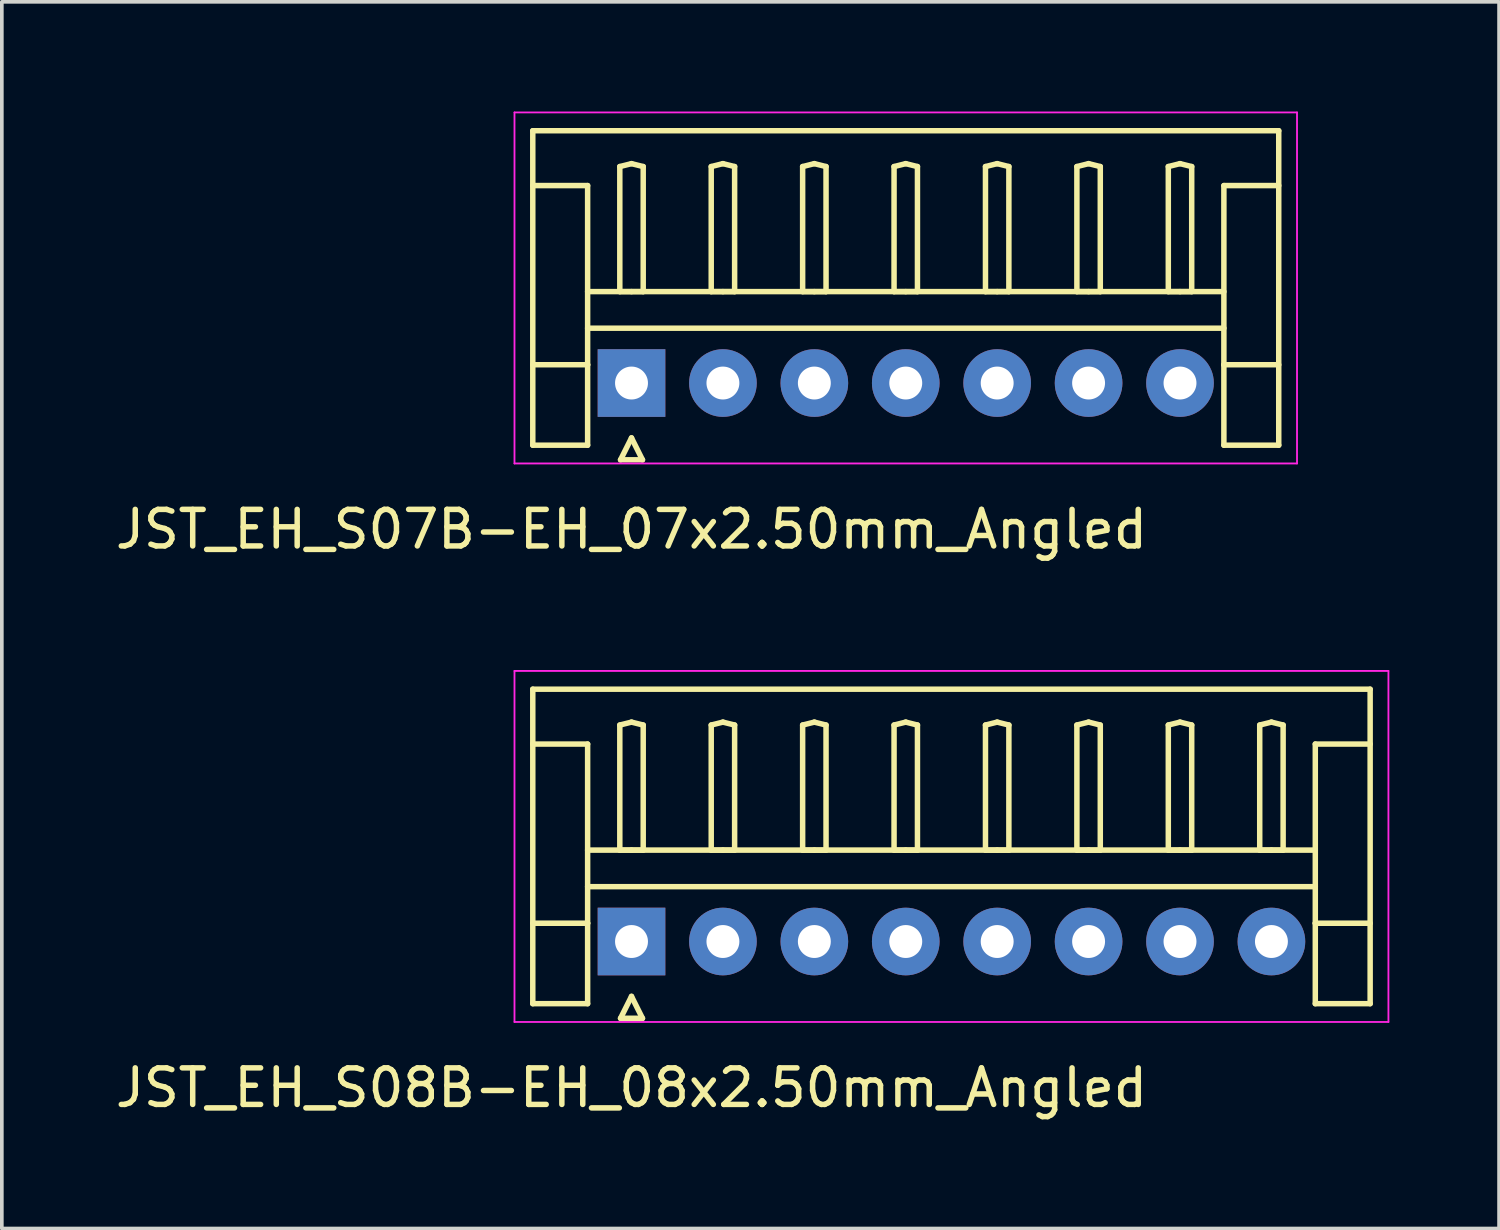
<source format=kicad_pcb>
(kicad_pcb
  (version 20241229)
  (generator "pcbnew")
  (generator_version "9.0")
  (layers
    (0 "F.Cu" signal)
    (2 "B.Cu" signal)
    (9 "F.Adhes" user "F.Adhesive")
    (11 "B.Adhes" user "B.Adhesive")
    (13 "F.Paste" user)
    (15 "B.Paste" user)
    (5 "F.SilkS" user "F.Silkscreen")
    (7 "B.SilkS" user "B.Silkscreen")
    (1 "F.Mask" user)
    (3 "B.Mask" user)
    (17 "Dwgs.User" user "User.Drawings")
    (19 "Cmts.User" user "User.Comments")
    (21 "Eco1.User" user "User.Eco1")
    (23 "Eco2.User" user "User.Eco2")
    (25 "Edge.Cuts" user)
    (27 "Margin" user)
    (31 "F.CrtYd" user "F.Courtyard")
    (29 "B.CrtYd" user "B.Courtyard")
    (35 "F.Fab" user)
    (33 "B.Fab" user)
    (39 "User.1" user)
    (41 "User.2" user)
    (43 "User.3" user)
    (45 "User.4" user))
  (footprint "JST_EH_S08B-EH_08x2.50mm_Angled"
    (layer "F.Cu")
    (at 14.22 22.698)
    (property "Reference" "JST_EH_S08B-EH_08x2.50mm_Angled" (at 0 4 0) (layer "F.SilkS") (effects (font (size 1 1) (thickness 0.15))))
    (attr through_hole)
    (fp_line (start -2.7 -6.9) (end 20.2 -6.9) (stroke (width 0.15) (type solid)) (layer "F.SilkS"))
    (fp_line (start -2.7 -5.4) (end -1.2 -5.4) (stroke (width 0.15) (type solid)) (layer "F.SilkS"))
    (fp_line (start -2.7 1.7) (end -2.7 -6.9) (stroke (width 0.15) (type solid)) (layer "F.SilkS"))
    (fp_line (start -1.2 -5.4) (end -1.2 -0.5) (stroke (width 0.15) (type solid)) (layer "F.SilkS"))
    (fp_line (start -1.2 -2.5) (end 18.7 -2.5) (stroke (width 0.15) (type solid)) (layer "F.SilkS"))
    (fp_line (start -1.2 -1.5) (end 18.7 -1.5) (stroke (width 0.15) (type solid)) (layer "F.SilkS"))
    (fp_line (start -1.2 -0.5) (end -2.7 -0.5) (stroke (width 0.15) (type solid)) (layer "F.SilkS"))
    (fp_line (start -1.2 -0.5) (end -1.2 1.7) (stroke (width 0.15) (type solid)) (layer "F.SilkS"))
    (fp_line (start -1.2 1.7) (end -2.7 1.7) (stroke (width 0.15) (type solid)) (layer "F.SilkS"))
    (fp_line (start -0.32 -5.92) (end 0 -6) (stroke (width 0.15) (type solid)) (layer "F.SilkS"))
    (fp_line (start -0.32 -2.5) (end -0.32 -5.92) (stroke (width 0.15) (type solid)) (layer "F.SilkS"))
    (fp_line (start -0.3 2.1) (end 0.3 2.1) (stroke (width 0.15) (type solid)) (layer "F.SilkS"))
    (fp_line (start 0 -6) (end 0.32 -5.92) (stroke (width 0.15) (type solid)) (layer "F.SilkS"))
    (fp_line (start 0 -2.5) (end -0.32 -2.5) (stroke (width 0.15) (type solid)) (layer "F.SilkS"))
    (fp_line (start 0 1.5) (end -0.3 2.1) (stroke (width 0.15) (type solid)) (layer "F.SilkS"))
    (fp_line (start 0.3 2.1) (end 0 1.5) (stroke (width 0.15) (type solid)) (layer "F.SilkS"))
    (fp_line (start 0.32 -5.92) (end 0.32 -2.5) (stroke (width 0.15) (type solid)) (layer "F.SilkS"))
    (fp_line (start 0.32 -2.5) (end 0 -2.5) (stroke (width 0.15) (type solid)) (layer "F.SilkS"))
    (fp_line (start 2.18 -5.92) (end 2.5 -6) (stroke (width 0.15) (type solid)) (layer "F.SilkS"))
    (fp_line (start 2.18 -2.5) (end 2.18 -5.92) (stroke (width 0.15) (type solid)) (layer "F.SilkS"))
    (fp_line (start 2.5 -6) (end 2.82 -5.92) (stroke (width 0.15) (type solid)) (layer "F.SilkS"))
    (fp_line (start 2.5 -2.5) (end 2.18 -2.5) (stroke (width 0.15) (type solid)) (layer "F.SilkS"))
    (fp_line (start 2.82 -5.92) (end 2.82 -2.5) (stroke (width 0.15) (type solid)) (layer "F.SilkS"))
    (fp_line (start 2.82 -2.5) (end 2.5 -2.5) (stroke (width 0.15) (type solid)) (layer "F.SilkS"))
    (fp_line (start 4.68 -5.92) (end 5 -6) (stroke (width 0.15) (type solid)) (layer "F.SilkS"))
    (fp_line (start 4.68 -2.5) (end 4.68 -5.92) (stroke (width 0.15) (type solid)) (layer "F.SilkS"))
    (fp_line (start 5 -6) (end 5.32 -5.92) (stroke (width 0.15) (type solid)) (layer "F.SilkS"))
    (fp_line (start 5 -2.5) (end 4.68 -2.5) (stroke (width 0.15) (type solid)) (layer "F.SilkS"))
    (fp_line (start 5.32 -5.92) (end 5.32 -2.5) (stroke (width 0.15) (type solid)) (layer "F.SilkS"))
    (fp_line (start 5.32 -2.5) (end 5 -2.5) (stroke (width 0.15) (type solid)) (layer "F.SilkS"))
    (fp_line (start 7.18 -5.92) (end 7.5 -6) (stroke (width 0.15) (type solid)) (layer "F.SilkS"))
    (fp_line (start 7.18 -2.5) (end 7.18 -5.92) (stroke (width 0.15) (type solid)) (layer "F.SilkS"))
    (fp_line (start 7.5 -6) (end 7.82 -5.92) (stroke (width 0.15) (type solid)) (layer "F.SilkS"))
    (fp_line (start 7.5 -2.5) (end 7.18 -2.5) (stroke (width 0.15) (type solid)) (layer "F.SilkS"))
    (fp_line (start 7.82 -5.92) (end 7.82 -2.5) (stroke (width 0.15) (type solid)) (layer "F.SilkS"))
    (fp_line (start 7.82 -2.5) (end 7.5 -2.5) (stroke (width 0.15) (type solid)) (layer "F.SilkS"))
    (fp_line (start 9.68 -5.92) (end 10 -6) (stroke (width 0.15) (type solid)) (layer "F.SilkS"))
    (fp_line (start 9.68 -2.5) (end 9.68 -5.92) (stroke (width 0.15) (type solid)) (layer "F.SilkS"))
    (fp_line (start 10 -6) (end 10.32 -5.92) (stroke (width 0.15) (type solid)) (layer "F.SilkS"))
    (fp_line (start 10 -2.5) (end 9.68 -2.5) (stroke (width 0.15) (type solid)) (layer "F.SilkS"))
    (fp_line (start 10.32 -5.92) (end 10.32 -2.5) (stroke (width 0.15) (type solid)) (layer "F.SilkS"))
    (fp_line (start 10.32 -2.5) (end 10 -2.5) (stroke (width 0.15) (type solid)) (layer "F.SilkS"))
    (fp_line (start 12.18 -5.92) (end 12.5 -6) (stroke (width 0.15) (type solid)) (layer "F.SilkS"))
    (fp_line (start 12.18 -2.5) (end 12.18 -5.92) (stroke (width 0.15) (type solid)) (layer "F.SilkS"))
    (fp_line (start 12.5 -6) (end 12.82 -5.92) (stroke (width 0.15) (type solid)) (layer "F.SilkS"))
    (fp_line (start 12.5 -2.5) (end 12.18 -2.5) (stroke (width 0.15) (type solid)) (layer "F.SilkS"))
    (fp_line (start 12.82 -5.92) (end 12.82 -2.5) (stroke (width 0.15) (type solid)) (layer "F.SilkS"))
    (fp_line (start 12.82 -2.5) (end 12.5 -2.5) (stroke (width 0.15) (type solid)) (layer "F.SilkS"))
    (fp_line (start 14.68 -5.92) (end 15 -6) (stroke (width 0.15) (type solid)) (layer "F.SilkS"))
    (fp_line (start 14.68 -2.5) (end 14.68 -5.92) (stroke (width 0.15) (type solid)) (layer "F.SilkS"))
    (fp_line (start 15 -6) (end 15.32 -5.92) (stroke (width 0.15) (type solid)) (layer "F.SilkS"))
    (fp_line (start 15 -2.5) (end 14.68 -2.5) (stroke (width 0.15) (type solid)) (layer "F.SilkS"))
    (fp_line (start 15.32 -5.92) (end 15.32 -2.5) (stroke (width 0.15) (type solid)) (layer "F.SilkS"))
    (fp_line (start 15.32 -2.5) (end 15 -2.5) (stroke (width 0.15) (type solid)) (layer "F.SilkS"))
    (fp_line (start 17.18 -5.92) (end 17.5 -6) (stroke (width 0.15) (type solid)) (layer "F.SilkS"))
    (fp_line (start 17.18 -2.5) (end 17.18 -5.92) (stroke (width 0.15) (type solid)) (layer "F.SilkS"))
    (fp_line (start 17.5 -6) (end 17.82 -5.92) (stroke (width 0.15) (type solid)) (layer "F.SilkS"))
    (fp_line (start 17.5 -2.5) (end 17.18 -2.5) (stroke (width 0.15) (type solid)) (layer "F.SilkS"))
    (fp_line (start 17.82 -5.92) (end 17.82 -2.5) (stroke (width 0.15) (type solid)) (layer "F.SilkS"))
    (fp_line (start 17.82 -2.5) (end 17.5 -2.5) (stroke (width 0.15) (type solid)) (layer "F.SilkS"))
    (fp_line (start 18.7 -5.4) (end 18.7 -0.5) (stroke (width 0.15) (type solid)) (layer "F.SilkS"))
    (fp_line (start 18.7 -0.5) (end 20.2 -0.5) (stroke (width 0.15) (type solid)) (layer "F.SilkS"))
    (fp_line (start 18.7 1.7) (end 18.7 -0.5) (stroke (width 0.15) (type solid)) (layer "F.SilkS"))
    (fp_line (start 20.2 -6.9) (end 20.2 1.7) (stroke (width 0.15) (type solid)) (layer "F.SilkS"))
    (fp_line (start 20.2 -5.4) (end 18.7 -5.4) (stroke (width 0.15) (type solid)) (layer "F.SilkS"))
    (fp_line (start 20.2 1.7) (end 18.7 1.7) (stroke (width 0.15) (type solid)) (layer "F.SilkS"))
    (fp_line (start -3.2 -7.4) (end -3.2 2.2) (stroke (width 0.05) (type solid)) (layer "F.CrtYd"))
    (fp_line (start -3.2 2.2) (end 20.7 2.2) (stroke (width 0.05) (type solid)) (layer "F.CrtYd"))
    (fp_line (start 20.7 -7.4) (end -3.2 -7.4) (stroke (width 0.05) (type solid)) (layer "F.CrtYd"))
    (fp_line (start 20.7 2.2) (end 20.7 -7.4) (stroke (width 0.05) (type solid)) (layer "F.CrtYd"))
    (pad "1" thru_hole rect (at 0 0) (size 1.85 1.85) (drill 0.9) (layers "*.Cu" "*.Mask"))
    (pad "2" thru_hole circle (at 2.5 0) (size 1.85 1.85) (drill 0.9) (layers "*.Cu" "*.Mask"))
    (pad "3" thru_hole circle (at 5 0) (size 1.85 1.85) (drill 0.9) (layers "*.Cu" "*.Mask"))
    (pad "4" thru_hole circle (at 7.5 0) (size 1.85 1.85) (drill 0.9) (layers "*.Cu" "*.Mask"))
    (pad "5" thru_hole circle (at 10 0) (size 1.85 1.85) (drill 0.9) (layers "*.Cu" "*.Mask"))
    (pad "6" thru_hole circle (at 12.5 0) (size 1.85 1.85) (drill 0.9) (layers "*.Cu" "*.Mask"))
    (pad "7" thru_hole circle (at 15 0) (size 1.85 1.85) (drill 0.9) (layers "*.Cu" "*.Mask"))
    (pad "8" thru_hole circle (at 17.5 0) (size 1.85 1.85) (drill 0.9) (layers "*.Cu" "*.Mask")))
  (footprint "JST_EH_S07B-EH_07x2.50mm_Angled"
    (layer "F.Cu")
    (at 14.22 7.425)
    (property "Reference" "JST_EH_S07B-EH_07x2.50mm_Angled" (at 0 4 0) (layer "F.SilkS") (effects (font (size 1 1) (thickness 0.15))))
    (attr through_hole)
    (fp_line (start -2.7 -6.9) (end 17.7 -6.9) (stroke (width 0.15) (type solid)) (layer "F.SilkS"))
    (fp_line (start -2.7 -5.4) (end -1.2 -5.4) (stroke (width 0.15) (type solid)) (layer "F.SilkS"))
    (fp_line (start -2.7 1.7) (end -2.7 -6.9) (stroke (width 0.15) (type solid)) (layer "F.SilkS"))
    (fp_line (start -1.2 -5.4) (end -1.2 -0.5) (stroke (width 0.15) (type solid)) (layer "F.SilkS"))
    (fp_line (start -1.2 -2.5) (end 16.2 -2.5) (stroke (width 0.15) (type solid)) (layer "F.SilkS"))
    (fp_line (start -1.2 -1.5) (end 16.2 -1.5) (stroke (width 0.15) (type solid)) (layer "F.SilkS"))
    (fp_line (start -1.2 -0.5) (end -2.7 -0.5) (stroke (width 0.15) (type solid)) (layer "F.SilkS"))
    (fp_line (start -1.2 -0.5) (end -1.2 1.7) (stroke (width 0.15) (type solid)) (layer "F.SilkS"))
    (fp_line (start -1.2 1.7) (end -2.7 1.7) (stroke (width 0.15) (type solid)) (layer "F.SilkS"))
    (fp_line (start -0.32 -5.92) (end 0 -6) (stroke (width 0.15) (type solid)) (layer "F.SilkS"))
    (fp_line (start -0.32 -2.5) (end -0.32 -5.92) (stroke (width 0.15) (type solid)) (layer "F.SilkS"))
    (fp_line (start -0.3 2.1) (end 0.3 2.1) (stroke (width 0.15) (type solid)) (layer "F.SilkS"))
    (fp_line (start 0 -6) (end 0.32 -5.92) (stroke (width 0.15) (type solid)) (layer "F.SilkS"))
    (fp_line (start 0 -2.5) (end -0.32 -2.5) (stroke (width 0.15) (type solid)) (layer "F.SilkS"))
    (fp_line (start 0 1.5) (end -0.3 2.1) (stroke (width 0.15) (type solid)) (layer "F.SilkS"))
    (fp_line (start 0.3 2.1) (end 0 1.5) (stroke (width 0.15) (type solid)) (layer "F.SilkS"))
    (fp_line (start 0.32 -5.92) (end 0.32 -2.5) (stroke (width 0.15) (type solid)) (layer "F.SilkS"))
    (fp_line (start 0.32 -2.5) (end 0 -2.5) (stroke (width 0.15) (type solid)) (layer "F.SilkS"))
    (fp_line (start 2.18 -5.92) (end 2.5 -6) (stroke (width 0.15) (type solid)) (layer "F.SilkS"))
    (fp_line (start 2.18 -2.5) (end 2.18 -5.92) (stroke (width 0.15) (type solid)) (layer "F.SilkS"))
    (fp_line (start 2.5 -6) (end 2.82 -5.92) (stroke (width 0.15) (type solid)) (layer "F.SilkS"))
    (fp_line (start 2.5 -2.5) (end 2.18 -2.5) (stroke (width 0.15) (type solid)) (layer "F.SilkS"))
    (fp_line (start 2.82 -5.92) (end 2.82 -2.5) (stroke (width 0.15) (type solid)) (layer "F.SilkS"))
    (fp_line (start 2.82 -2.5) (end 2.5 -2.5) (stroke (width 0.15) (type solid)) (layer "F.SilkS"))
    (fp_line (start 4.68 -5.92) (end 5 -6) (stroke (width 0.15) (type solid)) (layer "F.SilkS"))
    (fp_line (start 4.68 -2.5) (end 4.68 -5.92) (stroke (width 0.15) (type solid)) (layer "F.SilkS"))
    (fp_line (start 5 -6) (end 5.32 -5.92) (stroke (width 0.15) (type solid)) (layer "F.SilkS"))
    (fp_line (start 5 -2.5) (end 4.68 -2.5) (stroke (width 0.15) (type solid)) (layer "F.SilkS"))
    (fp_line (start 5.32 -5.92) (end 5.32 -2.5) (stroke (width 0.15) (type solid)) (layer "F.SilkS"))
    (fp_line (start 5.32 -2.5) (end 5 -2.5) (stroke (width 0.15) (type solid)) (layer "F.SilkS"))
    (fp_line (start 7.18 -5.92) (end 7.5 -6) (stroke (width 0.15) (type solid)) (layer "F.SilkS"))
    (fp_line (start 7.18 -2.5) (end 7.18 -5.92) (stroke (width 0.15) (type solid)) (layer "F.SilkS"))
    (fp_line (start 7.5 -6) (end 7.82 -5.92) (stroke (width 0.15) (type solid)) (layer "F.SilkS"))
    (fp_line (start 7.5 -2.5) (end 7.18 -2.5) (stroke (width 0.15) (type solid)) (layer "F.SilkS"))
    (fp_line (start 7.82 -5.92) (end 7.82 -2.5) (stroke (width 0.15) (type solid)) (layer "F.SilkS"))
    (fp_line (start 7.82 -2.5) (end 7.5 -2.5) (stroke (width 0.15) (type solid)) (layer "F.SilkS"))
    (fp_line (start 9.68 -5.92) (end 10 -6) (stroke (width 0.15) (type solid)) (layer "F.SilkS"))
    (fp_line (start 9.68 -2.5) (end 9.68 -5.92) (stroke (width 0.15) (type solid)) (layer "F.SilkS"))
    (fp_line (start 10 -6) (end 10.32 -5.92) (stroke (width 0.15) (type solid)) (layer "F.SilkS"))
    (fp_line (start 10 -2.5) (end 9.68 -2.5) (stroke (width 0.15) (type solid)) (layer "F.SilkS"))
    (fp_line (start 10.32 -5.92) (end 10.32 -2.5) (stroke (width 0.15) (type solid)) (layer "F.SilkS"))
    (fp_line (start 10.32 -2.5) (end 10 -2.5) (stroke (width 0.15) (type solid)) (layer "F.SilkS"))
    (fp_line (start 12.18 -5.92) (end 12.5 -6) (stroke (width 0.15) (type solid)) (layer "F.SilkS"))
    (fp_line (start 12.18 -2.5) (end 12.18 -5.92) (stroke (width 0.15) (type solid)) (layer "F.SilkS"))
    (fp_line (start 12.5 -6) (end 12.82 -5.92) (stroke (width 0.15) (type solid)) (layer "F.SilkS"))
    (fp_line (start 12.5 -2.5) (end 12.18 -2.5) (stroke (width 0.15) (type solid)) (layer "F.SilkS"))
    (fp_line (start 12.82 -5.92) (end 12.82 -2.5) (stroke (width 0.15) (type solid)) (layer "F.SilkS"))
    (fp_line (start 12.82 -2.5) (end 12.5 -2.5) (stroke (width 0.15) (type solid)) (layer "F.SilkS"))
    (fp_line (start 14.68 -5.92) (end 15 -6) (stroke (width 0.15) (type solid)) (layer "F.SilkS"))
    (fp_line (start 14.68 -2.5) (end 14.68 -5.92) (stroke (width 0.15) (type solid)) (layer "F.SilkS"))
    (fp_line (start 15 -6) (end 15.32 -5.92) (stroke (width 0.15) (type solid)) (layer "F.SilkS"))
    (fp_line (start 15 -2.5) (end 14.68 -2.5) (stroke (width 0.15) (type solid)) (layer "F.SilkS"))
    (fp_line (start 15.32 -5.92) (end 15.32 -2.5) (stroke (width 0.15) (type solid)) (layer "F.SilkS"))
    (fp_line (start 15.32 -2.5) (end 15 -2.5) (stroke (width 0.15) (type solid)) (layer "F.SilkS"))
    (fp_line (start 16.2 -5.4) (end 16.2 -0.5) (stroke (width 0.15) (type solid)) (layer "F.SilkS"))
    (fp_line (start 16.2 -0.5) (end 17.7 -0.5) (stroke (width 0.15) (type solid)) (layer "F.SilkS"))
    (fp_line (start 16.2 1.7) (end 16.2 -0.5) (stroke (width 0.15) (type solid)) (layer "F.SilkS"))
    (fp_line (start 17.7 -6.9) (end 17.7 1.7) (stroke (width 0.15) (type solid)) (layer "F.SilkS"))
    (fp_line (start 17.7 -5.4) (end 16.2 -5.4) (stroke (width 0.15) (type solid)) (layer "F.SilkS"))
    (fp_line (start 17.7 1.7) (end 16.2 1.7) (stroke (width 0.15) (type solid)) (layer "F.SilkS"))
    (fp_line (start -3.2 -7.4) (end -3.2 2.2) (stroke (width 0.05) (type solid)) (layer "F.CrtYd"))
    (fp_line (start -3.2 2.2) (end 18.2 2.2) (stroke (width 0.05) (type solid)) (layer "F.CrtYd"))
    (fp_line (start 18.2 -7.4) (end -3.2 -7.4) (stroke (width 0.05) (type solid)) (layer "F.CrtYd"))
    (fp_line (start 18.2 2.2) (end 18.2 -7.4) (stroke (width 0.05) (type solid)) (layer "F.CrtYd"))
    (pad "1" thru_hole rect (at 0 0) (size 1.85 1.85) (drill 0.9) (layers "*.Cu" "*.Mask"))
    (pad "2" thru_hole circle (at 2.5 0) (size 1.85 1.85) (drill 0.9) (layers "*.Cu" "*.Mask"))
    (pad "3" thru_hole circle (at 5 0) (size 1.85 1.85) (drill 0.9) (layers "*.Cu" "*.Mask"))
    (pad "4" thru_hole circle (at 7.5 0) (size 1.85 1.85) (drill 0.9) (layers "*.Cu" "*.Mask"))
    (pad "5" thru_hole circle (at 10 0) (size 1.85 1.85) (drill 0.9) (layers "*.Cu" "*.Mask"))
    (pad "6" thru_hole circle (at 12.5 0) (size 1.85 1.85) (drill 0.9) (layers "*.Cu" "*.Mask"))
    (pad "7" thru_hole circle (at 15 0) (size 1.85 1.85) (drill 0.9) (layers "*.Cu" "*.Mask")))
  (gr_rect
    (start -3 -3)
    (end 37.945 30.547)
    (stroke (width 0.1) (type default))
    (fill no)
    (layer "Edge.Cuts")))
</source>
